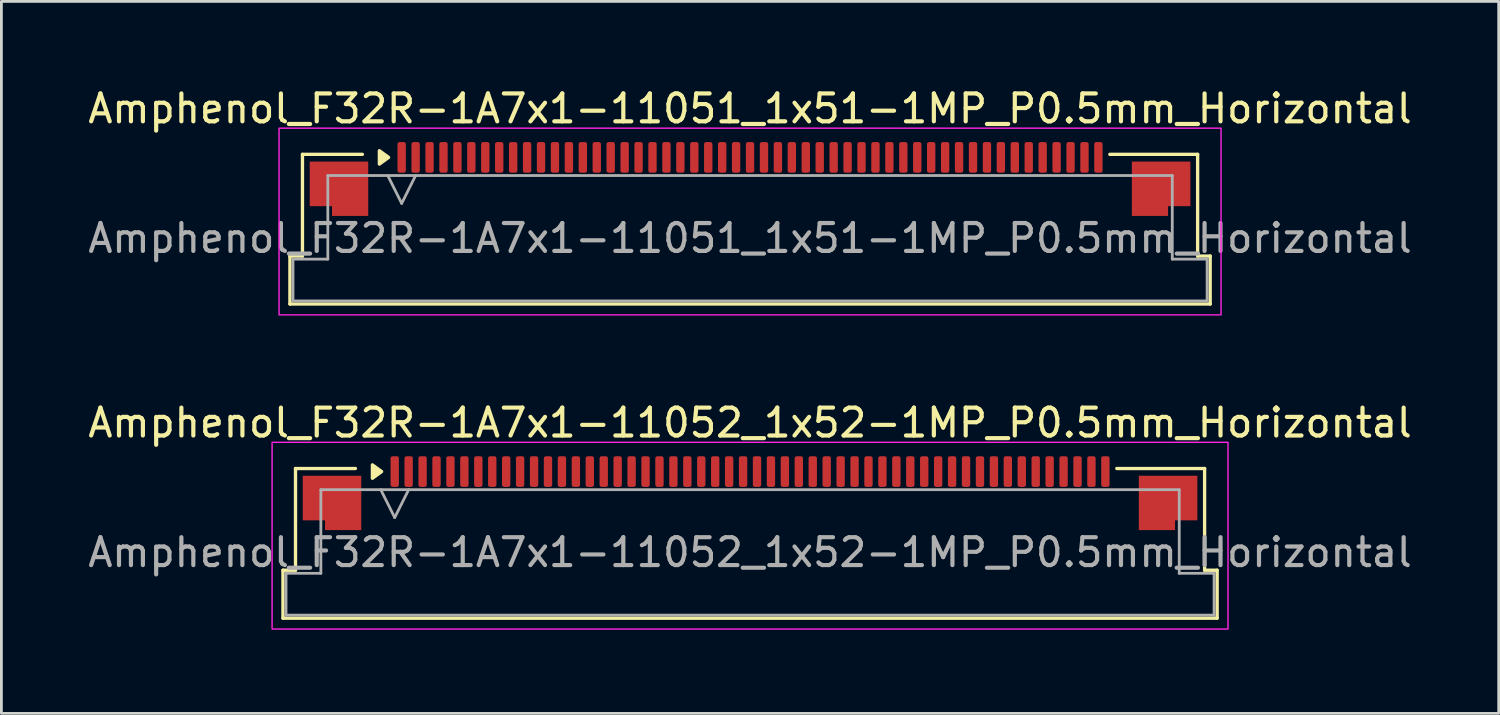
<source format=kicad_pcb>
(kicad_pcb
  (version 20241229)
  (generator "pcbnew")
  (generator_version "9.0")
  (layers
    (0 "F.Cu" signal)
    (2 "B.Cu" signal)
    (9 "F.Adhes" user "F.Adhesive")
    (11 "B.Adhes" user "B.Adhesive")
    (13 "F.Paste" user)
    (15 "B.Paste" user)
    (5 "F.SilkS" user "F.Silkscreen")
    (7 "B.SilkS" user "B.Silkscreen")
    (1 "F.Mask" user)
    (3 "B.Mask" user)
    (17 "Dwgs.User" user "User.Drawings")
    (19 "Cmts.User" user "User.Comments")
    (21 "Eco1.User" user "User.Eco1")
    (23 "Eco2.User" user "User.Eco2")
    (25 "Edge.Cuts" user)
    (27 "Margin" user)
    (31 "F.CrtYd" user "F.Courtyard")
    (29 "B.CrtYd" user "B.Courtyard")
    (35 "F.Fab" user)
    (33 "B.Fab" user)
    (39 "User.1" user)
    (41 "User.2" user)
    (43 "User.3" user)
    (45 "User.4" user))
  (footprint "Amphenol_F32R-1A7x1-11052_1x52-1MP_P0.5mm_Horizontal"
    (layer "F.Cu")
    (at 23.863 16.771)
    (property "Reference" "Amphenol_F32R-1A7x1-11052_1x52-1MP_P0.5mm_Horizontal" (at 0 -4.65 0) (layer "F.SilkS") (effects (font (size 1 1) (thickness 0.15))))
    (attr smd)
    (fp_line (start -16.76 0.64) (end -16.31 0.64) (stroke (width 0.12) (type solid)) (layer "F.SilkS"))
    (fp_line (start -16.76 2.36) (end -16.76 0.64) (stroke (width 0.12) (type solid)) (layer "F.SilkS"))
    (fp_line (start -16.31 -3.01) (end -14.16 -3.01) (stroke (width 0.12) (type solid)) (layer "F.SilkS"))
    (fp_line (start -16.31 0.64) (end -16.31 -3.01) (stroke (width 0.12) (type solid)) (layer "F.SilkS"))
    (fp_line (start 13.16 -3.01) (end 16.31 -3.01) (stroke (width 0.12) (type solid)) (layer "F.SilkS"))
    (fp_line (start 16.31 -3.01) (end 16.31 0.64) (stroke (width 0.12) (type solid)) (layer "F.SilkS"))
    (fp_line (start 16.31 0.64) (end 16.76 0.64) (stroke (width 0.12) (type solid)) (layer "F.SilkS"))
    (fp_line (start 16.76 0.64) (end 16.76 2.36) (stroke (width 0.12) (type solid)) (layer "F.SilkS"))
    (fp_line (start 16.76 2.36) (end -16.76 2.36) (stroke (width 0.12) (type solid)) (layer "F.SilkS"))
    (fp_poly (pts (xy -13.22 -2.9) (xy -13.55 -2.66) (xy -13.55 -3.14)) (stroke (width 0.12) (type solid)) (fill yes) (layer "F.SilkS"))
    (fp_rect (start -17.15 -3.95) (end 17.15 2.75) (stroke (width 0.05) (type solid)) (fill no) (layer "F.CrtYd"))
    (fp_line (start -16.65 0.75) (end -15.4 0.75) (stroke (width 0.1) (type solid)) (layer "F.Fab"))
    (fp_line (start -16.65 2.25) (end -16.65 0.75) (stroke (width 0.1) (type solid)) (layer "F.Fab"))
    (fp_line (start -15.4 -2.25) (end 15.4 -2.25) (stroke (width 0.1) (type solid)) (layer "F.Fab"))
    (fp_line (start -15.4 0.75) (end -15.4 -2.25) (stroke (width 0.1) (type solid)) (layer "F.Fab"))
    (fp_line (start -13.25 -2.25) (end -12.75 -1.25) (stroke (width 0.1) (type solid)) (layer "F.Fab"))
    (fp_line (start -12.75 -1.25) (end -12.25 -2.25) (stroke (width 0.1) (type solid)) (layer "F.Fab"))
    (fp_line (start 15.4 -2.25) (end 15.4 0.75) (stroke (width 0.1) (type solid)) (layer "F.Fab"))
    (fp_line (start 15.4 0.75) (end 16.65 0.75) (stroke (width 0.1) (type solid)) (layer "F.Fab"))
    (fp_line (start 16.65 0.75) (end 16.65 2.25) (stroke (width 0.1) (type solid)) (layer "F.Fab"))
    (fp_line (start 16.65 2.25) (end -16.65 2.25) (stroke (width 0.1) (type solid)) (layer "F.Fab"))
    (fp_text user "${REFERENCE}" (at 0 0 0) (layer "F.Fab") (effects (font (size 1 1) (thickness 0.15))))
    (pad "1" smd roundrect (at -12.75 -2.9) (size 0.3 1.1) (layers "F.Cu" "F.Mask" "F.Paste") (roundrect_rratio 0.25))
    (pad "2" smd roundrect (at -12.25 -2.9) (size 0.3 1.1) (layers "F.Cu" "F.Mask" "F.Paste") (roundrect_rratio 0.25))
    (pad "3" smd roundrect (at -11.75 -2.9) (size 0.3 1.1) (layers "F.Cu" "F.Mask" "F.Paste") (roundrect_rratio 0.25))
    (pad "4" smd roundrect (at -11.25 -2.9) (size 0.3 1.1) (layers "F.Cu" "F.Mask" "F.Paste") (roundrect_rratio 0.25))
    (pad "5" smd roundrect (at -10.75 -2.9) (size 0.3 1.1) (layers "F.Cu" "F.Mask" "F.Paste") (roundrect_rratio 0.25))
    (pad "6" smd roundrect (at -10.25 -2.9) (size 0.3 1.1) (layers "F.Cu" "F.Mask" "F.Paste") (roundrect_rratio 0.25))
    (pad "7" smd roundrect (at -9.75 -2.9) (size 0.3 1.1) (layers "F.Cu" "F.Mask" "F.Paste") (roundrect_rratio 0.25))
    (pad "8" smd roundrect (at -9.25 -2.9) (size 0.3 1.1) (layers "F.Cu" "F.Mask" "F.Paste") (roundrect_rratio 0.25))
    (pad "9" smd roundrect (at -8.75 -2.9) (size 0.3 1.1) (layers "F.Cu" "F.Mask" "F.Paste") (roundrect_rratio 0.25))
    (pad "10" smd roundrect (at -8.25 -2.9) (size 0.3 1.1) (layers "F.Cu" "F.Mask" "F.Paste") (roundrect_rratio 0.25))
    (pad "11" smd roundrect (at -7.75 -2.9) (size 0.3 1.1) (layers "F.Cu" "F.Mask" "F.Paste") (roundrect_rratio 0.25))
    (pad "12" smd roundrect (at -7.25 -2.9) (size 0.3 1.1) (layers "F.Cu" "F.Mask" "F.Paste") (roundrect_rratio 0.25))
    (pad "13" smd roundrect (at -6.75 -2.9) (size 0.3 1.1) (layers "F.Cu" "F.Mask" "F.Paste") (roundrect_rratio 0.25))
    (pad "14" smd roundrect (at -6.25 -2.9) (size 0.3 1.1) (layers "F.Cu" "F.Mask" "F.Paste") (roundrect_rratio 0.25))
    (pad "15" smd roundrect (at -5.75 -2.9) (size 0.3 1.1) (layers "F.Cu" "F.Mask" "F.Paste") (roundrect_rratio 0.25))
    (pad "16" smd roundrect (at -5.25 -2.9) (size 0.3 1.1) (layers "F.Cu" "F.Mask" "F.Paste") (roundrect_rratio 0.25))
    (pad "17" smd roundrect (at -4.75 -2.9) (size 0.3 1.1) (layers "F.Cu" "F.Mask" "F.Paste") (roundrect_rratio 0.25))
    (pad "18" smd roundrect (at -4.25 -2.9) (size 0.3 1.1) (layers "F.Cu" "F.Mask" "F.Paste") (roundrect_rratio 0.25))
    (pad "19" smd roundrect (at -3.75 -2.9) (size 0.3 1.1) (layers "F.Cu" "F.Mask" "F.Paste") (roundrect_rratio 0.25))
    (pad "20" smd roundrect (at -3.25 -2.9) (size 0.3 1.1) (layers "F.Cu" "F.Mask" "F.Paste") (roundrect_rratio 0.25))
    (pad "21" smd roundrect (at -2.75 -2.9) (size 0.3 1.1) (layers "F.Cu" "F.Mask" "F.Paste") (roundrect_rratio 0.25))
    (pad "22" smd roundrect (at -2.25 -2.9) (size 0.3 1.1) (layers "F.Cu" "F.Mask" "F.Paste") (roundrect_rratio 0.25))
    (pad "23" smd roundrect (at -1.75 -2.9) (size 0.3 1.1) (layers "F.Cu" "F.Mask" "F.Paste") (roundrect_rratio 0.25))
    (pad "24" smd roundrect (at -1.25 -2.9) (size 0.3 1.1) (layers "F.Cu" "F.Mask" "F.Paste") (roundrect_rratio 0.25))
    (pad "25" smd roundrect (at -0.75 -2.9) (size 0.3 1.1) (layers "F.Cu" "F.Mask" "F.Paste") (roundrect_rratio 0.25))
    (pad "26" smd roundrect (at -0.25 -2.9) (size 0.3 1.1) (layers "F.Cu" "F.Mask" "F.Paste") (roundrect_rratio 0.25))
    (pad "27" smd roundrect (at 0.25 -2.9) (size 0.3 1.1) (layers "F.Cu" "F.Mask" "F.Paste") (roundrect_rratio 0.25))
    (pad "28" smd roundrect (at 0.75 -2.9) (size 0.3 1.1) (layers "F.Cu" "F.Mask" "F.Paste") (roundrect_rratio 0.25))
    (pad "29" smd roundrect (at 1.25 -2.9) (size 0.3 1.1) (layers "F.Cu" "F.Mask" "F.Paste") (roundrect_rratio 0.25))
    (pad "30" smd roundrect (at 1.75 -2.9) (size 0.3 1.1) (layers "F.Cu" "F.Mask" "F.Paste") (roundrect_rratio 0.25))
    (pad "31" smd roundrect (at 2.25 -2.9) (size 0.3 1.1) (layers "F.Cu" "F.Mask" "F.Paste") (roundrect_rratio 0.25))
    (pad "32" smd roundrect (at 2.75 -2.9) (size 0.3 1.1) (layers "F.Cu" "F.Mask" "F.Paste") (roundrect_rratio 0.25))
    (pad "33" smd roundrect (at 3.25 -2.9) (size 0.3 1.1) (layers "F.Cu" "F.Mask" "F.Paste") (roundrect_rratio 0.25))
    (pad "34" smd roundrect (at 3.75 -2.9) (size 0.3 1.1) (layers "F.Cu" "F.Mask" "F.Paste") (roundrect_rratio 0.25))
    (pad "35" smd roundrect (at 4.25 -2.9) (size 0.3 1.1) (layers "F.Cu" "F.Mask" "F.Paste") (roundrect_rratio 0.25))
    (pad "36" smd roundrect (at 4.75 -2.9) (size 0.3 1.1) (layers "F.Cu" "F.Mask" "F.Paste") (roundrect_rratio 0.25))
    (pad "37" smd roundrect (at 5.25 -2.9) (size 0.3 1.1) (layers "F.Cu" "F.Mask" "F.Paste") (roundrect_rratio 0.25))
    (pad "38" smd roundrect (at 5.75 -2.9) (size 0.3 1.1) (layers "F.Cu" "F.Mask" "F.Paste") (roundrect_rratio 0.25))
    (pad "39" smd roundrect (at 6.25 -2.9) (size 0.3 1.1) (layers "F.Cu" "F.Mask" "F.Paste") (roundrect_rratio 0.25))
    (pad "40" smd roundrect (at 6.75 -2.9) (size 0.3 1.1) (layers "F.Cu" "F.Mask" "F.Paste") (roundrect_rratio 0.25))
    (pad "41" smd roundrect (at 7.25 -2.9) (size 0.3 1.1) (layers "F.Cu" "F.Mask" "F.Paste") (roundrect_rratio 0.25))
    (pad "42" smd roundrect (at 7.75 -2.9) (size 0.3 1.1) (layers "F.Cu" "F.Mask" "F.Paste") (roundrect_rratio 0.25))
    (pad "43" smd roundrect (at 8.25 -2.9) (size 0.3 1.1) (layers "F.Cu" "F.Mask" "F.Paste") (roundrect_rratio 0.25))
    (pad "44" smd roundrect (at 8.75 -2.9) (size 0.3 1.1) (layers "F.Cu" "F.Mask" "F.Paste") (roundrect_rratio 0.25))
    (pad "45" smd roundrect (at 9.25 -2.9) (size 0.3 1.1) (layers "F.Cu" "F.Mask" "F.Paste") (roundrect_rratio 0.25))
    (pad "46" smd roundrect (at 9.75 -2.9) (size 0.3 1.1) (layers "F.Cu" "F.Mask" "F.Paste") (roundrect_rratio 0.25))
    (pad "47" smd roundrect (at 10.25 -2.9) (size 0.3 1.1) (layers "F.Cu" "F.Mask" "F.Paste") (roundrect_rratio 0.25))
    (pad "48" smd roundrect (at 10.75 -2.9) (size 0.3 1.1) (layers "F.Cu" "F.Mask" "F.Paste") (roundrect_rratio 0.25))
    (pad "49" smd roundrect (at 11.25 -2.9) (size 0.3 1.1) (layers "F.Cu" "F.Mask" "F.Paste") (roundrect_rratio 0.25))
    (pad "50" smd roundrect (at 11.75 -2.9) (size 0.3 1.1) (layers "F.Cu" "F.Mask" "F.Paste") (roundrect_rratio 0.25))
    (pad "51" smd roundrect (at 12.25 -2.9) (size 0.3 1.1) (layers "F.Cu" "F.Mask" "F.Paste") (roundrect_rratio 0.25))
    (pad "52" smd roundrect (at 12.75 -2.9) (size 0.3 1.1) (layers "F.Cu" "F.Mask" "F.Paste") (roundrect_rratio 0.25))
    (pad "MP" smd custom (at -15 -1.775) (size 1 1) (layers "F.Cu" "F.Mask" "F.Paste") (options (anchor circle)) (primitives (gr_poly (pts (xy 1.05 -0.975) (xy 1.05 0.975) (xy -0.25 0.975) (xy -0.25 0.625) (xy -1.05 0.625) (xy -1.05 -0.975)) (width 0) (fill yes))))
    (pad "MP" smd custom (at 15 -1.775) (size 1 1) (layers "F.Cu" "F.Mask" "F.Paste") (options (anchor circle)) (primitives (gr_poly (pts (xy -1.05 -0.975) (xy -1.05 0.975) (xy 0.25 0.975) (xy 0.25 0.625) (xy 1.05 0.625) (xy 1.05 -0.975)) (width 0) (fill yes)))))
  (footprint "Amphenol_F32R-1A7x1-11051_1x51-1MP_P0.5mm_Horizontal"
    (layer "F.Cu")
    (at 23.863 5.498)
    (property "Reference" "Amphenol_F32R-1A7x1-11051_1x51-1MP_P0.5mm_Horizontal" (at 0 -4.65 0) (layer "F.SilkS") (effects (font (size 1 1) (thickness 0.15))))
    (attr smd)
    (fp_line (start -16.51 0.64) (end -16.06 0.64) (stroke (width 0.12) (type solid)) (layer "F.SilkS"))
    (fp_line (start -16.51 2.36) (end -16.51 0.64) (stroke (width 0.12) (type solid)) (layer "F.SilkS"))
    (fp_line (start -16.06 -3.01) (end -13.91 -3.01) (stroke (width 0.12) (type solid)) (layer "F.SilkS"))
    (fp_line (start -16.06 0.64) (end -16.06 -3.01) (stroke (width 0.12) (type solid)) (layer "F.SilkS"))
    (fp_line (start 12.91 -3.01) (end 16.06 -3.01) (stroke (width 0.12) (type solid)) (layer "F.SilkS"))
    (fp_line (start 16.06 -3.01) (end 16.06 0.64) (stroke (width 0.12) (type solid)) (layer "F.SilkS"))
    (fp_line (start 16.06 0.64) (end 16.51 0.64) (stroke (width 0.12) (type solid)) (layer "F.SilkS"))
    (fp_line (start 16.51 0.64) (end 16.51 2.36) (stroke (width 0.12) (type solid)) (layer "F.SilkS"))
    (fp_line (start 16.51 2.36) (end -16.51 2.36) (stroke (width 0.12) (type solid)) (layer "F.SilkS"))
    (fp_poly (pts (xy -12.97 -2.9) (xy -13.3 -2.66) (xy -13.3 -3.14)) (stroke (width 0.12) (type solid)) (fill yes) (layer "F.SilkS"))
    (fp_rect (start -16.9 -3.95) (end 16.9 2.75) (stroke (width 0.05) (type solid)) (fill no) (layer "F.CrtYd"))
    (fp_line (start -16.4 0.75) (end -15.15 0.75) (stroke (width 0.1) (type solid)) (layer "F.Fab"))
    (fp_line (start -16.4 2.25) (end -16.4 0.75) (stroke (width 0.1) (type solid)) (layer "F.Fab"))
    (fp_line (start -15.15 -2.25) (end 15.15 -2.25) (stroke (width 0.1) (type solid)) (layer "F.Fab"))
    (fp_line (start -15.15 0.75) (end -15.15 -2.25) (stroke (width 0.1) (type solid)) (layer "F.Fab"))
    (fp_line (start -13 -2.25) (end -12.5 -1.25) (stroke (width 0.1) (type solid)) (layer "F.Fab"))
    (fp_line (start -12.5 -1.25) (end -12 -2.25) (stroke (width 0.1) (type solid)) (layer "F.Fab"))
    (fp_line (start 15.15 -2.25) (end 15.15 0.75) (stroke (width 0.1) (type solid)) (layer "F.Fab"))
    (fp_line (start 15.15 0.75) (end 16.4 0.75) (stroke (width 0.1) (type solid)) (layer "F.Fab"))
    (fp_line (start 16.4 0.75) (end 16.4 2.25) (stroke (width 0.1) (type solid)) (layer "F.Fab"))
    (fp_line (start 16.4 2.25) (end -16.4 2.25) (stroke (width 0.1) (type solid)) (layer "F.Fab"))
    (fp_text user "${REFERENCE}" (at 0 0 0) (layer "F.Fab") (effects (font (size 1 1) (thickness 0.15))))
    (pad "1" smd roundrect (at -12.5 -2.9) (size 0.3 1.1) (layers "F.Cu" "F.Mask" "F.Paste") (roundrect_rratio 0.25))
    (pad "2" smd roundrect (at -12 -2.9) (size 0.3 1.1) (layers "F.Cu" "F.Mask" "F.Paste") (roundrect_rratio 0.25))
    (pad "3" smd roundrect (at -11.5 -2.9) (size 0.3 1.1) (layers "F.Cu" "F.Mask" "F.Paste") (roundrect_rratio 0.25))
    (pad "4" smd roundrect (at -11 -2.9) (size 0.3 1.1) (layers "F.Cu" "F.Mask" "F.Paste") (roundrect_rratio 0.25))
    (pad "5" smd roundrect (at -10.5 -2.9) (size 0.3 1.1) (layers "F.Cu" "F.Mask" "F.Paste") (roundrect_rratio 0.25))
    (pad "6" smd roundrect (at -10 -2.9) (size 0.3 1.1) (layers "F.Cu" "F.Mask" "F.Paste") (roundrect_rratio 0.25))
    (pad "7" smd roundrect (at -9.5 -2.9) (size 0.3 1.1) (layers "F.Cu" "F.Mask" "F.Paste") (roundrect_rratio 0.25))
    (pad "8" smd roundrect (at -9 -2.9) (size 0.3 1.1) (layers "F.Cu" "F.Mask" "F.Paste") (roundrect_rratio 0.25))
    (pad "9" smd roundrect (at -8.5 -2.9) (size 0.3 1.1) (layers "F.Cu" "F.Mask" "F.Paste") (roundrect_rratio 0.25))
    (pad "10" smd roundrect (at -8 -2.9) (size 0.3 1.1) (layers "F.Cu" "F.Mask" "F.Paste") (roundrect_rratio 0.25))
    (pad "11" smd roundrect (at -7.5 -2.9) (size 0.3 1.1) (layers "F.Cu" "F.Mask" "F.Paste") (roundrect_rratio 0.25))
    (pad "12" smd roundrect (at -7 -2.9) (size 0.3 1.1) (layers "F.Cu" "F.Mask" "F.Paste") (roundrect_rratio 0.25))
    (pad "13" smd roundrect (at -6.5 -2.9) (size 0.3 1.1) (layers "F.Cu" "F.Mask" "F.Paste") (roundrect_rratio 0.25))
    (pad "14" smd roundrect (at -6 -2.9) (size 0.3 1.1) (layers "F.Cu" "F.Mask" "F.Paste") (roundrect_rratio 0.25))
    (pad "15" smd roundrect (at -5.5 -2.9) (size 0.3 1.1) (layers "F.Cu" "F.Mask" "F.Paste") (roundrect_rratio 0.25))
    (pad "16" smd roundrect (at -5 -2.9) (size 0.3 1.1) (layers "F.Cu" "F.Mask" "F.Paste") (roundrect_rratio 0.25))
    (pad "17" smd roundrect (at -4.5 -2.9) (size 0.3 1.1) (layers "F.Cu" "F.Mask" "F.Paste") (roundrect_rratio 0.25))
    (pad "18" smd roundrect (at -4 -2.9) (size 0.3 1.1) (layers "F.Cu" "F.Mask" "F.Paste") (roundrect_rratio 0.25))
    (pad "19" smd roundrect (at -3.5 -2.9) (size 0.3 1.1) (layers "F.Cu" "F.Mask" "F.Paste") (roundrect_rratio 0.25))
    (pad "20" smd roundrect (at -3 -2.9) (size 0.3 1.1) (layers "F.Cu" "F.Mask" "F.Paste") (roundrect_rratio 0.25))
    (pad "21" smd roundrect (at -2.5 -2.9) (size 0.3 1.1) (layers "F.Cu" "F.Mask" "F.Paste") (roundrect_rratio 0.25))
    (pad "22" smd roundrect (at -2 -2.9) (size 0.3 1.1) (layers "F.Cu" "F.Mask" "F.Paste") (roundrect_rratio 0.25))
    (pad "23" smd roundrect (at -1.5 -2.9) (size 0.3 1.1) (layers "F.Cu" "F.Mask" "F.Paste") (roundrect_rratio 0.25))
    (pad "24" smd roundrect (at -1 -2.9) (size 0.3 1.1) (layers "F.Cu" "F.Mask" "F.Paste") (roundrect_rratio 0.25))
    (pad "25" smd roundrect (at -0.5 -2.9) (size 0.3 1.1) (layers "F.Cu" "F.Mask" "F.Paste") (roundrect_rratio 0.25))
    (pad "26" smd roundrect (at 0 -2.9) (size 0.3 1.1) (layers "F.Cu" "F.Mask" "F.Paste") (roundrect_rratio 0.25))
    (pad "27" smd roundrect (at 0.5 -2.9) (size 0.3 1.1) (layers "F.Cu" "F.Mask" "F.Paste") (roundrect_rratio 0.25))
    (pad "28" smd roundrect (at 1 -2.9) (size 0.3 1.1) (layers "F.Cu" "F.Mask" "F.Paste") (roundrect_rratio 0.25))
    (pad "29" smd roundrect (at 1.5 -2.9) (size 0.3 1.1) (layers "F.Cu" "F.Mask" "F.Paste") (roundrect_rratio 0.25))
    (pad "30" smd roundrect (at 2 -2.9) (size 0.3 1.1) (layers "F.Cu" "F.Mask" "F.Paste") (roundrect_rratio 0.25))
    (pad "31" smd roundrect (at 2.5 -2.9) (size 0.3 1.1) (layers "F.Cu" "F.Mask" "F.Paste") (roundrect_rratio 0.25))
    (pad "32" smd roundrect (at 3 -2.9) (size 0.3 1.1) (layers "F.Cu" "F.Mask" "F.Paste") (roundrect_rratio 0.25))
    (pad "33" smd roundrect (at 3.5 -2.9) (size 0.3 1.1) (layers "F.Cu" "F.Mask" "F.Paste") (roundrect_rratio 0.25))
    (pad "34" smd roundrect (at 4 -2.9) (size 0.3 1.1) (layers "F.Cu" "F.Mask" "F.Paste") (roundrect_rratio 0.25))
    (pad "35" smd roundrect (at 4.5 -2.9) (size 0.3 1.1) (layers "F.Cu" "F.Mask" "F.Paste") (roundrect_rratio 0.25))
    (pad "36" smd roundrect (at 5 -2.9) (size 0.3 1.1) (layers "F.Cu" "F.Mask" "F.Paste") (roundrect_rratio 0.25))
    (pad "37" smd roundrect (at 5.5 -2.9) (size 0.3 1.1) (layers "F.Cu" "F.Mask" "F.Paste") (roundrect_rratio 0.25))
    (pad "38" smd roundrect (at 6 -2.9) (size 0.3 1.1) (layers "F.Cu" "F.Mask" "F.Paste") (roundrect_rratio 0.25))
    (pad "39" smd roundrect (at 6.5 -2.9) (size 0.3 1.1) (layers "F.Cu" "F.Mask" "F.Paste") (roundrect_rratio 0.25))
    (pad "40" smd roundrect (at 7 -2.9) (size 0.3 1.1) (layers "F.Cu" "F.Mask" "F.Paste") (roundrect_rratio 0.25))
    (pad "41" smd roundrect (at 7.5 -2.9) (size 0.3 1.1) (layers "F.Cu" "F.Mask" "F.Paste") (roundrect_rratio 0.25))
    (pad "42" smd roundrect (at 8 -2.9) (size 0.3 1.1) (layers "F.Cu" "F.Mask" "F.Paste") (roundrect_rratio 0.25))
    (pad "43" smd roundrect (at 8.5 -2.9) (size 0.3 1.1) (layers "F.Cu" "F.Mask" "F.Paste") (roundrect_rratio 0.25))
    (pad "44" smd roundrect (at 9 -2.9) (size 0.3 1.1) (layers "F.Cu" "F.Mask" "F.Paste") (roundrect_rratio 0.25))
    (pad "45" smd roundrect (at 9.5 -2.9) (size 0.3 1.1) (layers "F.Cu" "F.Mask" "F.Paste") (roundrect_rratio 0.25))
    (pad "46" smd roundrect (at 10 -2.9) (size 0.3 1.1) (layers "F.Cu" "F.Mask" "F.Paste") (roundrect_rratio 0.25))
    (pad "47" smd roundrect (at 10.5 -2.9) (size 0.3 1.1) (layers "F.Cu" "F.Mask" "F.Paste") (roundrect_rratio 0.25))
    (pad "48" smd roundrect (at 11 -2.9) (size 0.3 1.1) (layers "F.Cu" "F.Mask" "F.Paste") (roundrect_rratio 0.25))
    (pad "49" smd roundrect (at 11.5 -2.9) (size 0.3 1.1) (layers "F.Cu" "F.Mask" "F.Paste") (roundrect_rratio 0.25))
    (pad "50" smd roundrect (at 12 -2.9) (size 0.3 1.1) (layers "F.Cu" "F.Mask" "F.Paste") (roundrect_rratio 0.25))
    (pad "51" smd roundrect (at 12.5 -2.9) (size 0.3 1.1) (layers "F.Cu" "F.Mask" "F.Paste") (roundrect_rratio 0.25))
    (pad "MP" smd custom (at -14.75 -1.775) (size 1 1) (layers "F.Cu" "F.Mask" "F.Paste") (options (anchor circle)) (primitives (gr_poly (pts (xy 1.05 -0.975) (xy 1.05 0.975) (xy -0.25 0.975) (xy -0.25 0.625) (xy -1.05 0.625) (xy -1.05 -0.975)) (width 0) (fill yes))))
    (pad "MP" smd custom (at 14.75 -1.775) (size 1 1) (layers "F.Cu" "F.Mask" "F.Paste") (options (anchor circle)) (primitives (gr_poly (pts (xy -1.05 -0.975) (xy -1.05 0.975) (xy 0.25 0.975) (xy 0.25 0.625) (xy 1.05 0.625) (xy 1.05 -0.975)) (width 0) (fill yes)))))
  (gr_rect
    (start -3 -3)
    (end 50.726 22.547)
    (stroke (width 0.1) (type default))
    (fill no)
    (layer "Edge.Cuts")))
</source>
